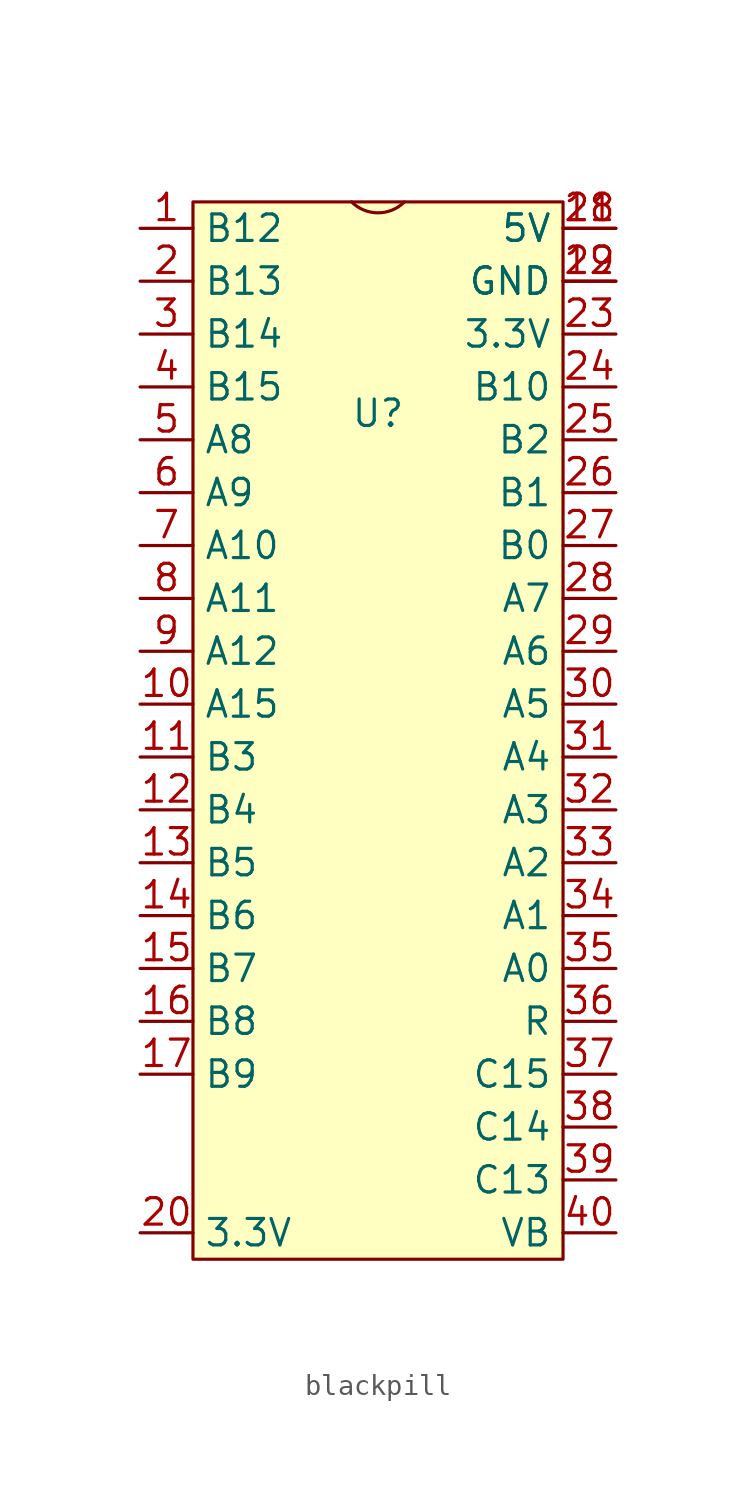
<source format=kicad_sym>
(kicad_symbol_lib
  (version 20231120)
  (generator "kicad_symbol_editor")
  (generator_version "8.0")
  (symbol "blackpill"
    (property "Reference" "U"
      (at 0 0 0)
      (effects (font (size 1.27 1.27))))
    (property "Value" ""
      (at 0 0 0)
      (effects (font (size 1.27 1.27))))
    (symbol "blackpill_0_1"
      (arc (start -1.27 10.16) (mid 0 9.6339) (end 1.27 10.16) (stroke (width 0) (type default)) (fill (type none))))
    (symbol "blackpill_1_1"
      (rectangle (start -8.89 10.16) (end 8.89 -40.64) (stroke (width 0) (type default)) (fill (type background)))
      (pin bidirectional line (at -11.43 8.89 0) (length 2.54) (name "B12" (effects (font (size 1.27 1.27)))) (number "1" (effects (font (size 1.27 1.27)))))
      (pin bidirectional line (at -11.43 -13.97 0) (length 2.54) (name "A15" (effects (font (size 1.27 1.27)))) (number "10" (effects (font (size 1.27 1.27)))))
      (pin bidirectional line (at -11.43 -16.51 0) (length 2.54) (name "B3" (effects (font (size 1.27 1.27)))) (number "11" (effects (font (size 1.27 1.27)))))
      (pin bidirectional line (at -11.43 -19.05 0) (length 2.54) (name "B4" (effects (font (size 1.27 1.27)))) (number "12" (effects (font (size 1.27 1.27)))))
      (pin bidirectional line (at -11.43 -21.59 0) (length 2.54) (name "B5" (effects (font (size 1.27 1.27)))) (number "13" (effects (font (size 1.27 1.27)))))
      (pin bidirectional line (at -11.43 -24.13 0) (length 2.54) (name "B6" (effects (font (size 1.27 1.27)))) (number "14" (effects (font (size 1.27 1.27)))))
      (pin bidirectional line (at -11.43 -26.67 0) (length 2.54) (name "B7" (effects (font (size 1.27 1.27)))) (number "15" (effects (font (size 1.27 1.27)))))
      (pin bidirectional line (at -11.43 -29.21 0) (length 2.54) (name "B8" (effects (font (size 1.27 1.27)))) (number "16" (effects (font (size 1.27 1.27)))))
      (pin bidirectional line (at -11.43 -31.75 0) (length 2.54) (name "B9" (effects (font (size 1.27 1.27)))) (number "17" (effects (font (size 1.27 1.27)))))
      (pin power_in line (at 11.43 8.89 180) (length 2.54) (name "5V" (effects (font (size 1.27 1.27)))) (number "18" (effects (font (size 1.27 1.27)))))
      (pin power_out line (at 11.43 6.35 180) (length 2.54) (name "GND" (effects (font (size 1.27 1.27)))) (number "19" (effects (font (size 1.27 1.27)))))
      (pin bidirectional line (at -11.43 6.35 0) (length 2.54) (name "B13" (effects (font (size 1.27 1.27)))) (number "2" (effects (font (size 1.27 1.27)))))
      (pin power_out line (at -11.43 -39.37 0) (length 2.54) (name "3.3V" (effects (font (size 1.27 1.27)))) (number "20" (effects (font (size 1.27 1.27)))))
      (pin power_in line (at 11.43 8.89 180) (length 2.54) (name "5V" (effects (font (size 1.27 1.27)))) (number "21" (effects (font (size 1.27 1.27)))))
      (pin power_out line (at 11.43 6.35 180) (length 2.54) (name "GND" (effects (font (size 1.27 1.27)))) (number "22" (effects (font (size 1.27 1.27)))))
      (pin power_out line (at 11.43 3.81 180) (length 2.54) (name "3.3V" (effects (font (size 1.27 1.27)))) (number "23" (effects (font (size 1.27 1.27)))))
      (pin bidirectional line (at 11.43 1.27 180) (length 2.54) (name "B10" (effects (font (size 1.27 1.27)))) (number "24" (effects (font (size 1.27 1.27)))))
      (pin bidirectional line (at 11.43 -1.27 180) (length 2.54) (name "B2" (effects (font (size 1.27 1.27)))) (number "25" (effects (font (size 1.27 1.27)))))
      (pin bidirectional line (at 11.43 -3.81 180) (length 2.54) (name "B1" (effects (font (size 1.27 1.27)))) (number "26" (effects (font (size 1.27 1.27)))))
      (pin bidirectional line (at 11.43 -6.35 180) (length 2.54) (name "B0" (effects (font (size 1.27 1.27)))) (number "27" (effects (font (size 1.27 1.27)))))
      (pin bidirectional line (at 11.43 -8.89 180) (length 2.54) (name "A7" (effects (font (size 1.27 1.27)))) (number "28" (effects (font (size 1.27 1.27)))))
      (pin bidirectional line (at 11.43 -11.43 180) (length 2.54) (name "A6" (effects (font (size 1.27 1.27)))) (number "29" (effects (font (size 1.27 1.27)))))
      (pin bidirectional line (at -11.43 3.81 0) (length 2.54) (name "B14" (effects (font (size 1.27 1.27)))) (number "3" (effects (font (size 1.27 1.27)))))
      (pin bidirectional line (at 11.43 -13.97 180) (length 2.54) (name "A5" (effects (font (size 1.27 1.27)))) (number "30" (effects (font (size 1.27 1.27)))))
      (pin bidirectional line (at 11.43 -16.51 180) (length 2.54) (name "A4" (effects (font (size 1.27 1.27)))) (number "31" (effects (font (size 1.27 1.27)))))
      (pin bidirectional line (at 11.43 -19.05 180) (length 2.54) (name "A3" (effects (font (size 1.27 1.27)))) (number "32" (effects (font (size 1.27 1.27)))))
      (pin bidirectional line (at 11.43 -21.59 180) (length 2.54) (name "A2" (effects (font (size 1.27 1.27)))) (number "33" (effects (font (size 1.27 1.27)))))
      (pin bidirectional line (at 11.43 -24.13 180) (length 2.54) (name "A1" (effects (font (size 1.27 1.27)))) (number "34" (effects (font (size 1.27 1.27)))))
      (pin bidirectional line (at 11.43 -26.67 180) (length 2.54) (name "A0" (effects (font (size 1.27 1.27)))) (number "35" (effects (font (size 1.27 1.27)))))
      (pin input line (at 11.43 -29.21 180) (length 2.54) (name "R" (effects (font (size 1.27 1.27)))) (number "36" (effects (font (size 1.27 1.27)))))
      (pin bidirectional line (at 11.43 -31.75 180) (length 2.54) (name "C15" (effects (font (size 1.27 1.27)))) (number "37" (effects (font (size 1.27 1.27)))))
      (pin bidirectional line (at 11.43 -34.29 180) (length 2.54) (name "C14" (effects (font (size 1.27 1.27)))) (number "38" (effects (font (size 1.27 1.27)))))
      (pin bidirectional line (at 11.43 -36.83 180) (length 2.54) (name "C13" (effects (font (size 1.27 1.27)))) (number "39" (effects (font (size 1.27 1.27)))))
      (pin bidirectional line (at -11.43 1.27 0) (length 2.54) (name "B15" (effects (font (size 1.27 1.27)))) (number "4" (effects (font (size 1.27 1.27)))))
      (pin bidirectional line (at 11.43 -39.37 180) (length 2.54) (name "VB" (effects (font (size 1.27 1.27)))) (number "40" (effects (font (size 1.27 1.27)))))
      (pin bidirectional line (at -11.43 -1.27 0) (length 2.54) (name "A8" (effects (font (size 1.27 1.27)))) (number "5" (effects (font (size 1.27 1.27)))))
      (pin bidirectional line (at -11.43 -3.81 0) (length 2.54) (name "A9" (effects (font (size 1.27 1.27)))) (number "6" (effects (font (size 1.27 1.27)))))
      (pin bidirectional line (at -11.43 -6.35 0) (length 2.54) (name "A10" (effects (font (size 1.27 1.27)))) (number "7" (effects (font (size 1.27 1.27)))))
      (pin bidirectional line (at -11.43 -8.89 0) (length 2.54) (name "A11" (effects (font (size 1.27 1.27)))) (number "8" (effects (font (size 1.27 1.27)))))
      (pin bidirectional line (at -11.43 -11.43 0) (length 2.54) (name "A12" (effects (font (size 1.27 1.27)))) (number "9" (effects (font (size 1.27 1.27))))))))
</source>
